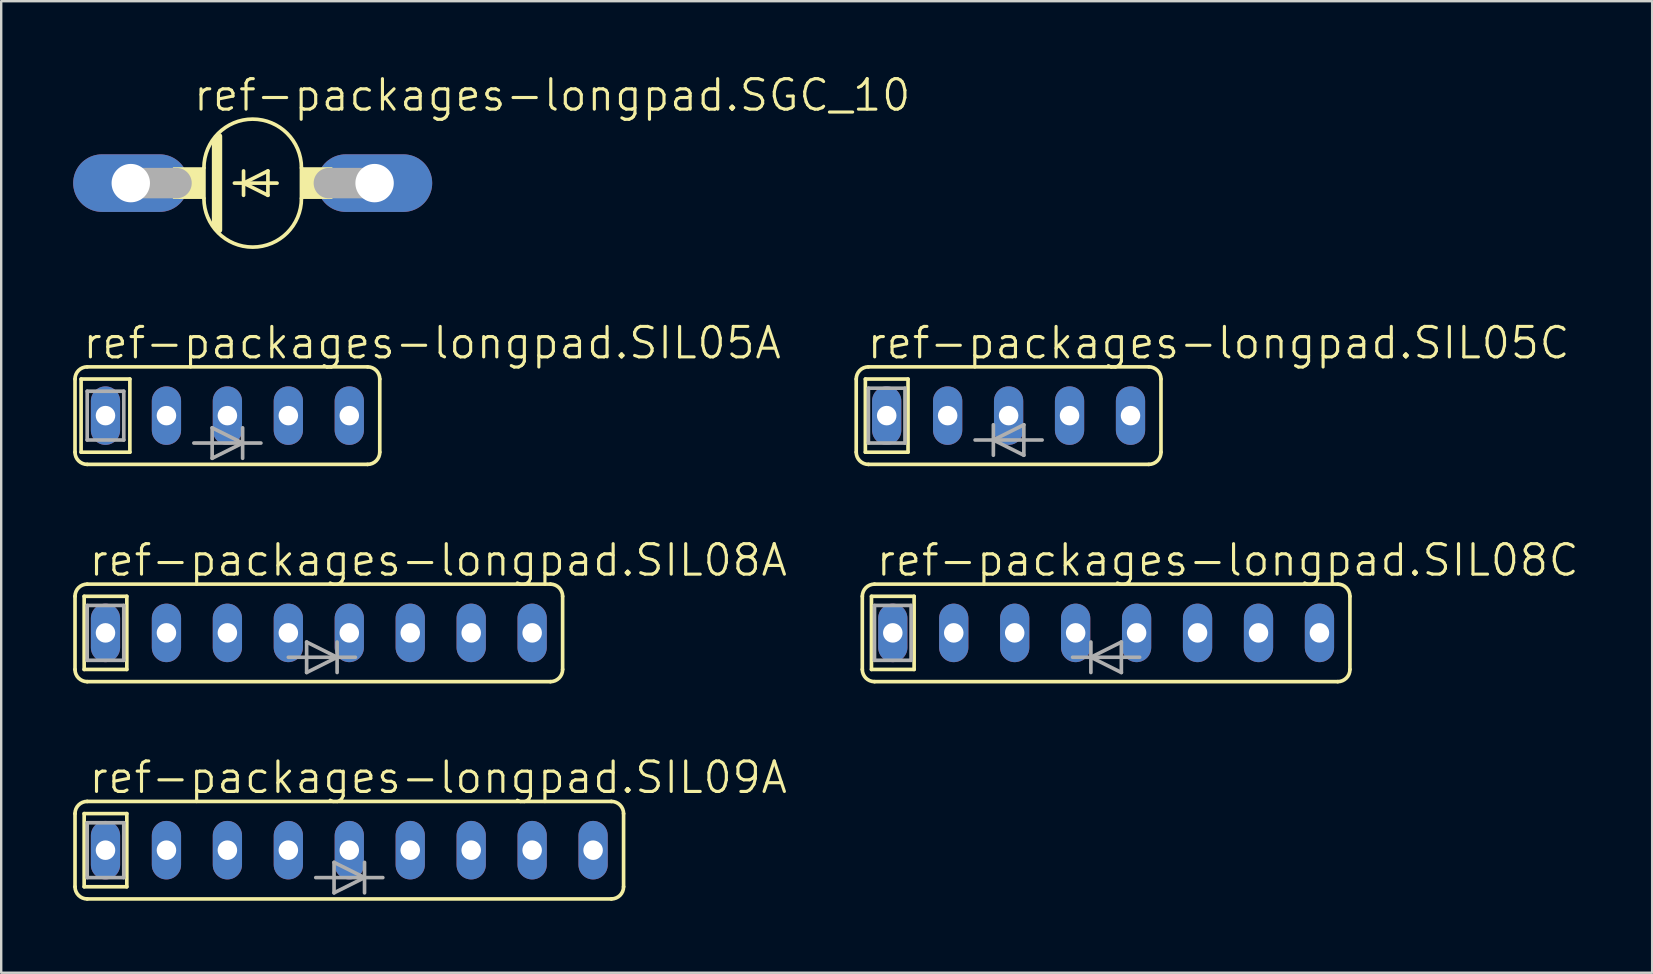
<source format=kicad_pcb>
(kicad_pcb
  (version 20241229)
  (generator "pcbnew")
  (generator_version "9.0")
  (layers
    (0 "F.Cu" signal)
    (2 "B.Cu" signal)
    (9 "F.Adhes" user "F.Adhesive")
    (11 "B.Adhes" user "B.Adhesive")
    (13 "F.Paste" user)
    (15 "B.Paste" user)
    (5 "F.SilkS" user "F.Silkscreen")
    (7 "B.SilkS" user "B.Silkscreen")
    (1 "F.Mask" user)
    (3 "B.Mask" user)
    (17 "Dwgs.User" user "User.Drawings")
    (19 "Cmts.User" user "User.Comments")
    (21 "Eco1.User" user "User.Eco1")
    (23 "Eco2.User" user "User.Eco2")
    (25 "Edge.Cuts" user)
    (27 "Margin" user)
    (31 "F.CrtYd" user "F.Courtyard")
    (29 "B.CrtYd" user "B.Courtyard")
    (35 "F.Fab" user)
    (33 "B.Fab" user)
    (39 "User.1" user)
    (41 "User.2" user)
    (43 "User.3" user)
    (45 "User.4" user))
  (footprint "ref-packages-longpad.SIL09A"
    (layer "F.Cu")
    (at 11.506 32.379)
    (property "Reference" "ref-packages-longpad.SIL09A" (at -10.922 -2.286 0) (layer "F.SilkS") (effects (font (size 1.27 1.27) (thickness 0.13)) (justify left bottom)))
    (attr through_hole)
    (fp_line (start -11.43 1.524) (end -11.43 -1.524) (stroke (width 0.152) (type default)) (layer "F.SilkS"))
    (fp_line (start -11.049 -1.524) (end -9.271 -1.524) (stroke (width 0.152) (type default)) (layer "F.SilkS"))
    (fp_line (start -11.049 1.524) (end -11.049 -1.524) (stroke (width 0.152) (type default)) (layer "F.SilkS"))
    (fp_line (start -10.922 2.032) (end 10.922 2.032) (stroke (width 0.152) (type default)) (layer "F.SilkS"))
    (fp_line (start -9.271 -1.524) (end -9.271 1.524) (stroke (width 0.152) (type default)) (layer "F.SilkS"))
    (fp_line (start -9.271 1.524) (end -11.049 1.524) (stroke (width 0.152) (type default)) (layer "F.SilkS"))
    (fp_line (start 10.922 -2.032) (end -10.922 -2.032) (stroke (width 0.152) (type default)) (layer "F.SilkS"))
    (fp_line (start 11.43 -1.524) (end 11.43 1.524) (stroke (width 0.152) (type default)) (layer "F.SilkS"))
    (fp_arc (start -11.43 -1.524) (mid -11.28121 -1.88321) (end -10.922 -2.032) (stroke (width 0.1524) (type default)) (layer "F.SilkS"))
    (fp_arc (start -10.922 2.032) (mid -11.28121 1.88321) (end -11.43 1.524) (stroke (width 0.1524) (type default)) (layer "F.SilkS"))
    (fp_arc (start 10.922 -2.032) (mid 11.28121 -1.88321) (end 11.43 -1.524) (stroke (width 0.1524) (type default)) (layer "F.SilkS"))
    (fp_arc (start 11.43 1.524) (mid 11.28121 1.88321) (end 10.922 2.032) (stroke (width 0.1524) (type default)) (layer "F.SilkS"))
    (fp_line (start -10.922 -1.143) (end -9.398 -1.143) (stroke (width 0.152) (type default)) (layer "F.Fab"))
    (fp_line (start -10.922 1.143) (end -10.922 -1.143) (stroke (width 0.152) (type default)) (layer "F.Fab"))
    (fp_line (start -9.398 -1.143) (end -9.398 1.143) (stroke (width 0.152) (type default)) (layer "F.Fab"))
    (fp_line (start -9.398 1.143) (end -10.922 1.143) (stroke (width 0.152) (type default)) (layer "F.Fab"))
    (fp_line (start -1.397 1.143) (end -0.635 1.143) (stroke (width 0.152) (type default)) (layer "F.Fab"))
    (fp_line (start -0.635 0.508) (end 0.635 1.143) (stroke (width 0.152) (type default)) (layer "F.Fab"))
    (fp_line (start -0.635 1.143) (end -0.635 0.508) (stroke (width 0.152) (type default)) (layer "F.Fab"))
    (fp_line (start -0.635 1.143) (end 0.635 1.143) (stroke (width 0.152) (type default)) (layer "F.Fab"))
    (fp_line (start -0.635 1.778) (end -0.635 1.143) (stroke (width 0.152) (type default)) (layer "F.Fab"))
    (fp_line (start 0.635 0.508) (end 0.635 1.143) (stroke (width 0.152) (type default)) (layer "F.Fab"))
    (fp_line (start 0.635 1.143) (end -0.635 1.778) (stroke (width 0.152) (type default)) (layer "F.Fab"))
    (fp_line (start 0.635 1.143) (end 0.635 1.778) (stroke (width 0.152) (type default)) (layer "F.Fab"))
    (fp_line (start 1.397 1.143) (end 0.635 1.143) (stroke (width 0.152) (type default)) (layer "F.Fab"))
    (pad "1" thru_hole oval (at -10.16 0 90) (size 2.438 1.219) (drill 0.813) (layers "*.Cu" "*.Mask"))
    (pad "2" thru_hole oval (at -7.62 0 90) (size 2.438 1.219) (drill 0.813) (layers "*.Cu" "*.Mask"))
    (pad "3" thru_hole oval (at -5.08 0 90) (size 2.438 1.219) (drill 0.813) (layers "*.Cu" "*.Mask"))
    (pad "4" thru_hole oval (at -2.54 0 90) (size 2.438 1.219) (drill 0.813) (layers "*.Cu" "*.Mask"))
    (pad "5" thru_hole oval (at 0 0 90) (size 2.438 1.219) (drill 0.813) (layers "*.Cu" "*.Mask"))
    (pad "6" thru_hole oval (at 2.54 0 90) (size 2.438 1.219) (drill 0.813) (layers "*.Cu" "*.Mask"))
    (pad "7" thru_hole oval (at 5.08 0 90) (size 2.438 1.219) (drill 0.813) (layers "*.Cu" "*.Mask"))
    (pad "8" thru_hole oval (at 7.62 0 90) (size 2.438 1.219) (drill 0.813) (layers "*.Cu" "*.Mask"))
    (pad "9" thru_hole oval (at 10.16 0 90) (size 2.438 1.219) (drill 0.813) (layers "*.Cu" "*.Mask")))
  (footprint "ref-packages-longpad.SIL05A"
    (layer "F.Cu")
    (at 6.426 14.27)
    (property "Reference" "ref-packages-longpad.SIL05A" (at -6.096 -2.286 0) (layer "F.SilkS") (effects (font (size 1.27 1.27) (thickness 0.13)) (justify left bottom)))
    (attr through_hole)
    (fp_line (start -6.35 1.524) (end -6.35 -1.524) (stroke (width 0.152) (type default)) (layer "F.SilkS"))
    (fp_line (start -6.096 -1.524) (end -6.096 1.524) (stroke (width 0.152) (type default)) (layer "F.SilkS"))
    (fp_line (start -4.064 -1.524) (end -6.096 -1.524) (stroke (width 0.152) (type default)) (layer "F.SilkS"))
    (fp_line (start -4.064 -1.524) (end -4.064 1.524) (stroke (width 0.152) (type default)) (layer "F.SilkS"))
    (fp_line (start -4.064 1.524) (end -6.096 1.524) (stroke (width 0.152) (type default)) (layer "F.SilkS"))
    (fp_line (start 5.842 -2.032) (end -5.842 -2.032) (stroke (width 0.152) (type default)) (layer "F.SilkS"))
    (fp_line (start 5.842 2.032) (end -5.842 2.032) (stroke (width 0.152) (type default)) (layer "F.SilkS"))
    (fp_line (start 6.35 1.524) (end 6.35 -1.524) (stroke (width 0.152) (type default)) (layer "F.SilkS"))
    (fp_arc (start -6.35 -1.524) (mid -6.20121 -1.88321) (end -5.842 -2.032) (stroke (width 0.1524) (type default)) (layer "F.SilkS"))
    (fp_arc (start -5.842 2.032) (mid -6.20121 1.88321) (end -6.35 1.524) (stroke (width 0.1524) (type default)) (layer "F.SilkS"))
    (fp_arc (start 5.842 -2.032) (mid 6.20121 -1.88321) (end 6.35 -1.524) (stroke (width 0.1524) (type default)) (layer "F.SilkS"))
    (fp_arc (start 6.35 1.524) (mid 6.20121 1.88321) (end 5.842 2.032) (stroke (width 0.1524) (type default)) (layer "F.SilkS"))
    (fp_line (start -5.842 -1.016) (end -4.318 -1.016) (stroke (width 0.152) (type default)) (layer "F.Fab"))
    (fp_line (start -5.842 1.016) (end -5.842 -1.016) (stroke (width 0.152) (type default)) (layer "F.Fab"))
    (fp_line (start -4.318 -1.016) (end -4.318 1.016) (stroke (width 0.152) (type default)) (layer "F.Fab"))
    (fp_line (start -4.318 1.016) (end -5.842 1.016) (stroke (width 0.152) (type default)) (layer "F.Fab"))
    (fp_line (start -1.397 1.143) (end -0.635 1.143) (stroke (width 0.152) (type default)) (layer "F.Fab"))
    (fp_line (start -0.635 0.508) (end 0.635 1.143) (stroke (width 0.152) (type default)) (layer "F.Fab"))
    (fp_line (start -0.635 1.143) (end -0.635 0.508) (stroke (width 0.152) (type default)) (layer "F.Fab"))
    (fp_line (start -0.635 1.143) (end 0.635 1.143) (stroke (width 0.152) (type default)) (layer "F.Fab"))
    (fp_line (start -0.635 1.778) (end -0.635 1.143) (stroke (width 0.152) (type default)) (layer "F.Fab"))
    (fp_line (start 0.635 0.508) (end 0.635 1.143) (stroke (width 0.152) (type default)) (layer "F.Fab"))
    (fp_line (start 0.635 1.143) (end -0.635 1.778) (stroke (width 0.152) (type default)) (layer "F.Fab"))
    (fp_line (start 0.635 1.143) (end 0.635 1.778) (stroke (width 0.152) (type default)) (layer "F.Fab"))
    (fp_line (start 1.397 1.143) (end 0.635 1.143) (stroke (width 0.152) (type default)) (layer "F.Fab"))
    (pad "1" thru_hole oval (at -5.08 0 90) (size 2.438 1.219) (drill 0.813) (layers "*.Cu" "*.Mask"))
    (pad "2" thru_hole oval (at -2.54 0 90) (size 2.438 1.219) (drill 0.813) (layers "*.Cu" "*.Mask"))
    (pad "3" thru_hole oval (at 0 0 90) (size 2.438 1.219) (drill 0.813) (layers "*.Cu" "*.Mask"))
    (pad "4" thru_hole oval (at 2.54 0 90) (size 2.438 1.219) (drill 0.813) (layers "*.Cu" "*.Mask"))
    (pad "5" thru_hole oval (at 5.08 0 90) (size 2.438 1.219) (drill 0.813) (layers "*.Cu" "*.Mask")))
  (footprint "ref-packages-longpad.SGC_10"
    (layer "F.Cu")
    (at 7.48 4.581)
    (property "Reference" "ref-packages-longpad.SGC_10" (at -2.54 -2.921 0) (layer "F.SilkS") (effects (font (size 1.27 1.27) (thickness 0.13)) (justify left bottom)))
    (attr through_hole)
    (fp_line (start -2.032 -0.635) (end -2.032 0.635) (stroke (width 0.152) (type default)) (layer "F.SilkS"))
    (fp_line (start -1.575 -1.778) (end -1.575 1.778) (stroke (width 0.254) (type default)) (layer "F.SilkS"))
    (fp_line (start -1.397 -1.956) (end -1.397 1.956) (stroke (width 0.254) (type default)) (layer "F.SilkS"))
    (fp_line (start -0.762 0) (end -0.381 0) (stroke (width 0.152) (type default)) (layer "F.SilkS"))
    (fp_line (start -0.381 -0.508) (end -0.381 0) (stroke (width 0.152) (type default)) (layer "F.SilkS"))
    (fp_line (start -0.381 0) (end -0.381 0.508) (stroke (width 0.152) (type default)) (layer "F.SilkS"))
    (fp_line (start -0.381 0) (end 0.635 -0.508) (stroke (width 0.152) (type default)) (layer "F.SilkS"))
    (fp_line (start -0.381 0) (end 1.016 0) (stroke (width 0.152) (type default)) (layer "F.SilkS"))
    (fp_line (start 0.635 -0.508) (end 0.635 0.508) (stroke (width 0.152) (type default)) (layer "F.SilkS"))
    (fp_line (start 0.635 0.508) (end -0.381 0) (stroke (width 0.152) (type default)) (layer "F.SilkS"))
    (fp_line (start 2.032 -0.635) (end 2.032 0.635) (stroke (width 0.152) (type default)) (layer "F.SilkS"))
    (fp_rect (start -3.302 0.635) (end -2.032 -0.635) (stroke (width 0.05) (type default)) (fill yes) (layer "F.SilkS"))
    (fp_rect (start 2.032 0.635) (end 3.302 -0.635) (stroke (width 0.05) (type default)) (fill yes) (layer "F.SilkS"))
    (fp_arc (start -2.032 -0.635) (mid 0 -2.667) (end 2.032 -0.635) (stroke (width 0.1524) (type default)) (layer "F.SilkS"))
    (fp_arc (start 2.032 0.635) (mid 0 2.667) (end -2.032 0.635) (stroke (width 0.1524) (type default)) (layer "F.SilkS"))
    (fp_line (start -5.08 0) (end -3.175 0) (stroke (width 1.27) (type default)) (layer "F.Fab"))
    (fp_line (start 5.08 0) (end 3.175 0) (stroke (width 1.27) (type default)) (layer "F.Fab"))
    (pad "A" thru_hole oval (at 5.08 0) (size 4.801 2.4) (drill 1.6) (layers "*.Cu" "*.Mask"))
    (pad "C" thru_hole oval (at -5.08 0) (size 4.801 2.4) (drill 1.6) (layers "*.Cu" "*.Mask")))
  (footprint "ref-packages-longpad.SIL08A"
    (layer "F.Cu")
    (at 10.236 23.324)
    (property "Reference" "ref-packages-longpad.SIL08A" (at -9.652 -2.286 0) (layer "F.SilkS") (effects (font (size 1.27 1.27) (thickness 0.13)) (justify left bottom)))
    (attr through_hole)
    (fp_line (start -10.16 -1.524) (end -10.16 1.524) (stroke (width 0.152) (type default)) (layer "F.SilkS"))
    (fp_line (start -9.779 -1.524) (end -8.001 -1.524) (stroke (width 0.152) (type default)) (layer "F.SilkS"))
    (fp_line (start -9.779 1.524) (end -9.779 -1.524) (stroke (width 0.152) (type default)) (layer "F.SilkS"))
    (fp_line (start -9.652 2.032) (end 9.652 2.032) (stroke (width 0.152) (type default)) (layer "F.SilkS"))
    (fp_line (start -8.001 -1.524) (end -8.001 1.524) (stroke (width 0.152) (type default)) (layer "F.SilkS"))
    (fp_line (start -8.001 1.524) (end -9.779 1.524) (stroke (width 0.152) (type default)) (layer "F.SilkS"))
    (fp_line (start 9.652 -2.032) (end -9.652 -2.032) (stroke (width 0.152) (type default)) (layer "F.SilkS"))
    (fp_line (start 10.16 -1.524) (end 10.16 1.524) (stroke (width 0.152) (type default)) (layer "F.SilkS"))
    (fp_arc (start -10.16 -1.524) (mid -10.01121 -1.88321) (end -9.652 -2.032) (stroke (width 0.1524) (type default)) (layer "F.SilkS"))
    (fp_arc (start -9.652 2.032) (mid -10.01121 1.88321) (end -10.16 1.524) (stroke (width 0.1524) (type default)) (layer "F.SilkS"))
    (fp_arc (start 9.652 -2.032) (mid 10.01121 -1.88321) (end 10.16 -1.524) (stroke (width 0.1524) (type default)) (layer "F.SilkS"))
    (fp_arc (start 10.16 1.524) (mid 10.01121 1.88321) (end 9.652 2.032) (stroke (width 0.1524) (type default)) (layer "F.SilkS"))
    (fp_line (start -9.652 -1.143) (end -8.128 -1.143) (stroke (width 0.152) (type default)) (layer "F.Fab"))
    (fp_line (start -9.652 1.143) (end -9.652 -1.143) (stroke (width 0.152) (type default)) (layer "F.Fab"))
    (fp_line (start -8.128 -1.143) (end -8.128 1.143) (stroke (width 0.152) (type default)) (layer "F.Fab"))
    (fp_line (start -8.128 1.143) (end -9.652 1.143) (stroke (width 0.152) (type default)) (layer "F.Fab"))
    (fp_line (start -1.27 1.016) (end -0.508 1.016) (stroke (width 0.152) (type default)) (layer "F.Fab"))
    (fp_line (start -0.508 0.381) (end 0.762 1.016) (stroke (width 0.152) (type default)) (layer "F.Fab"))
    (fp_line (start -0.508 1.016) (end -0.508 0.381) (stroke (width 0.152) (type default)) (layer "F.Fab"))
    (fp_line (start -0.508 1.016) (end 0.762 1.016) (stroke (width 0.152) (type default)) (layer "F.Fab"))
    (fp_line (start -0.508 1.651) (end -0.508 1.016) (stroke (width 0.152) (type default)) (layer "F.Fab"))
    (fp_line (start 0.762 0.381) (end 0.762 1.016) (stroke (width 0.152) (type default)) (layer "F.Fab"))
    (fp_line (start 0.762 1.016) (end -0.508 1.651) (stroke (width 0.152) (type default)) (layer "F.Fab"))
    (fp_line (start 0.762 1.016) (end 0.762 1.651) (stroke (width 0.152) (type default)) (layer "F.Fab"))
    (fp_line (start 1.524 1.016) (end 0.762 1.016) (stroke (width 0.152) (type default)) (layer "F.Fab"))
    (pad "1" thru_hole oval (at -8.89 0 90) (size 2.438 1.219) (drill 0.813) (layers "*.Cu" "*.Mask"))
    (pad "2" thru_hole oval (at -6.35 0 90) (size 2.438 1.219) (drill 0.813) (layers "*.Cu" "*.Mask"))
    (pad "3" thru_hole oval (at -3.81 0 90) (size 2.438 1.219) (drill 0.813) (layers "*.Cu" "*.Mask"))
    (pad "4" thru_hole oval (at -1.27 0 90) (size 2.438 1.219) (drill 0.813) (layers "*.Cu" "*.Mask"))
    (pad "5" thru_hole oval (at 1.27 0 90) (size 2.438 1.219) (drill 0.813) (layers "*.Cu" "*.Mask"))
    (pad "6" thru_hole oval (at 3.81 0 90) (size 2.438 1.219) (drill 0.813) (layers "*.Cu" "*.Mask"))
    (pad "7" thru_hole oval (at 6.35 0 90) (size 2.438 1.219) (drill 0.813) (layers "*.Cu" "*.Mask"))
    (pad "8" thru_hole oval (at 8.89 0 90) (size 2.438 1.219) (drill 0.813) (layers "*.Cu" "*.Mask")))
  (footprint "ref-packages-longpad.SIL08C"
    (layer "F.Cu")
    (at 43.045 23.324)
    (property "Reference" "ref-packages-longpad.SIL08C" (at -9.652 -2.286 0) (layer "F.SilkS") (effects (font (size 1.27 1.27) (thickness 0.13)) (justify left bottom)))
    (attr through_hole)
    (fp_line (start -10.16 -1.524) (end -10.16 1.524) (stroke (width 0.152) (type default)) (layer "F.SilkS"))
    (fp_line (start -9.779 -1.524) (end -8.001 -1.524) (stroke (width 0.152) (type default)) (layer "F.SilkS"))
    (fp_line (start -9.779 1.524) (end -9.779 -1.524) (stroke (width 0.152) (type default)) (layer "F.SilkS"))
    (fp_line (start -9.652 2.032) (end 9.652 2.032) (stroke (width 0.152) (type default)) (layer "F.SilkS"))
    (fp_line (start -8.001 -1.524) (end -8.001 1.524) (stroke (width 0.152) (type default)) (layer "F.SilkS"))
    (fp_line (start -8.001 1.524) (end -9.779 1.524) (stroke (width 0.152) (type default)) (layer "F.SilkS"))
    (fp_line (start 9.652 -2.032) (end -9.652 -2.032) (stroke (width 0.152) (type default)) (layer "F.SilkS"))
    (fp_line (start 10.16 -1.524) (end 10.16 1.524) (stroke (width 0.152) (type default)) (layer "F.SilkS"))
    (fp_arc (start -10.16 -1.524) (mid -10.01121 -1.88321) (end -9.652 -2.032) (stroke (width 0.1524) (type default)) (layer "F.SilkS"))
    (fp_arc (start -9.652 2.032) (mid -10.01121 1.88321) (end -10.16 1.524) (stroke (width 0.1524) (type default)) (layer "F.SilkS"))
    (fp_arc (start 9.652 -2.032) (mid 10.01121 -1.88321) (end 10.16 -1.524) (stroke (width 0.1524) (type default)) (layer "F.SilkS"))
    (fp_arc (start 10.16 1.524) (mid 10.01121 1.88321) (end 9.652 2.032) (stroke (width 0.1524) (type default)) (layer "F.SilkS"))
    (fp_line (start -9.652 -1.143) (end -8.128 -1.143) (stroke (width 0.152) (type default)) (layer "F.Fab"))
    (fp_line (start -9.652 1.143) (end -9.652 -1.143) (stroke (width 0.152) (type default)) (layer "F.Fab"))
    (fp_line (start -8.128 -1.143) (end -8.128 1.143) (stroke (width 0.152) (type default)) (layer "F.Fab"))
    (fp_line (start -8.128 1.143) (end -9.652 1.143) (stroke (width 0.152) (type default)) (layer "F.Fab"))
    (fp_line (start -1.397 1.016) (end -0.635 1.016) (stroke (width 0.152) (type default)) (layer "F.Fab"))
    (fp_line (start -0.635 1.016) (end -0.635 0.381) (stroke (width 0.152) (type default)) (layer "F.Fab"))
    (fp_line (start -0.635 1.016) (end 0.635 0.381) (stroke (width 0.152) (type default)) (layer "F.Fab"))
    (fp_line (start -0.635 1.651) (end -0.635 1.016) (stroke (width 0.152) (type default)) (layer "F.Fab"))
    (fp_line (start 0.635 0.381) (end 0.635 1.016) (stroke (width 0.152) (type default)) (layer "F.Fab"))
    (fp_line (start 0.635 1.016) (end -0.635 1.016) (stroke (width 0.152) (type default)) (layer "F.Fab"))
    (fp_line (start 0.635 1.016) (end 0.635 1.651) (stroke (width 0.152) (type default)) (layer "F.Fab"))
    (fp_line (start 0.635 1.651) (end -0.635 1.016) (stroke (width 0.152) (type default)) (layer "F.Fab"))
    (fp_line (start 1.397 1.016) (end 0.635 1.016) (stroke (width 0.152) (type default)) (layer "F.Fab"))
    (pad "1" thru_hole oval (at -8.89 0 90) (size 2.438 1.219) (drill 0.813) (layers "*.Cu" "*.Mask"))
    (pad "2" thru_hole oval (at -6.35 0 90) (size 2.438 1.219) (drill 0.813) (layers "*.Cu" "*.Mask"))
    (pad "3" thru_hole oval (at -3.81 0 90) (size 2.438 1.219) (drill 0.813) (layers "*.Cu" "*.Mask"))
    (pad "4" thru_hole oval (at -1.27 0 90) (size 2.438 1.219) (drill 0.813) (layers "*.Cu" "*.Mask"))
    (pad "5" thru_hole oval (at 1.27 0 90) (size 2.438 1.219) (drill 0.813) (layers "*.Cu" "*.Mask"))
    (pad "6" thru_hole oval (at 3.81 0 90) (size 2.438 1.219) (drill 0.813) (layers "*.Cu" "*.Mask"))
    (pad "7" thru_hole oval (at 6.35 0 90) (size 2.438 1.219) (drill 0.813) (layers "*.Cu" "*.Mask"))
    (pad "8" thru_hole oval (at 8.89 0 90) (size 2.438 1.219) (drill 0.813) (layers "*.Cu" "*.Mask")))
  (footprint "ref-packages-longpad.SIL05C"
    (layer "F.Cu")
    (at 38.981 14.27)
    (property "Reference" "ref-packages-longpad.SIL05C" (at -5.969 -2.286 0) (layer "F.SilkS") (effects (font (size 1.27 1.27) (thickness 0.13)) (justify left bottom)))
    (attr through_hole)
    (fp_line (start -6.35 1.524) (end -6.35 -1.524) (stroke (width 0.152) (type default)) (layer "F.SilkS"))
    (fp_line (start -5.969 -1.524) (end -5.969 1.524) (stroke (width 0.152) (type default)) (layer "F.SilkS"))
    (fp_line (start -4.191 -1.524) (end -5.969 -1.524) (stroke (width 0.152) (type default)) (layer "F.SilkS"))
    (fp_line (start -4.191 -1.524) (end -4.191 1.524) (stroke (width 0.152) (type default)) (layer "F.SilkS"))
    (fp_line (start -4.191 1.524) (end -5.969 1.524) (stroke (width 0.152) (type default)) (layer "F.SilkS"))
    (fp_line (start 5.842 -2.032) (end -5.842 -2.032) (stroke (width 0.152) (type default)) (layer "F.SilkS"))
    (fp_line (start 5.842 2.032) (end -5.842 2.032) (stroke (width 0.152) (type default)) (layer "F.SilkS"))
    (fp_line (start 6.35 1.524) (end 6.35 -1.524) (stroke (width 0.152) (type default)) (layer "F.SilkS"))
    (fp_arc (start -6.35 -1.524) (mid -6.20121 -1.88321) (end -5.842 -2.032) (stroke (width 0.1524) (type default)) (layer "F.SilkS"))
    (fp_arc (start -5.842 2.032) (mid -6.20121 1.88321) (end -6.35 1.524) (stroke (width 0.1524) (type default)) (layer "F.SilkS"))
    (fp_arc (start 5.842 -2.032) (mid 6.20121 -1.88321) (end 6.35 -1.524) (stroke (width 0.1524) (type default)) (layer "F.SilkS"))
    (fp_arc (start 6.35 1.524) (mid 6.20121 1.88321) (end 5.842 2.032) (stroke (width 0.1524) (type default)) (layer "F.SilkS"))
    (fp_line (start -5.842 -1.143) (end -4.318 -1.143) (stroke (width 0.152) (type default)) (layer "F.Fab"))
    (fp_line (start -5.842 1.143) (end -5.842 -1.143) (stroke (width 0.152) (type default)) (layer "F.Fab"))
    (fp_line (start -4.318 -1.143) (end -4.318 1.143) (stroke (width 0.152) (type default)) (layer "F.Fab"))
    (fp_line (start -4.318 1.143) (end -5.842 1.143) (stroke (width 0.152) (type default)) (layer "F.Fab"))
    (fp_line (start -1.397 1.016) (end -0.635 1.016) (stroke (width 0.152) (type default)) (layer "F.Fab"))
    (fp_line (start -0.635 1.016) (end -0.635 0.381) (stroke (width 0.152) (type default)) (layer "F.Fab"))
    (fp_line (start -0.635 1.016) (end 0.635 0.381) (stroke (width 0.152) (type default)) (layer "F.Fab"))
    (fp_line (start -0.635 1.651) (end -0.635 1.016) (stroke (width 0.152) (type default)) (layer "F.Fab"))
    (fp_line (start 0.635 0.381) (end 0.635 1.016) (stroke (width 0.152) (type default)) (layer "F.Fab"))
    (fp_line (start 0.635 1.016) (end -0.635 1.016) (stroke (width 0.152) (type default)) (layer "F.Fab"))
    (fp_line (start 0.635 1.016) (end 0.635 1.651) (stroke (width 0.152) (type default)) (layer "F.Fab"))
    (fp_line (start 0.635 1.651) (end -0.635 1.016) (stroke (width 0.152) (type default)) (layer "F.Fab"))
    (fp_line (start 1.397 1.016) (end 0.635 1.016) (stroke (width 0.152) (type default)) (layer "F.Fab"))
    (pad "1" thru_hole oval (at -5.08 0 90) (size 2.438 1.219) (drill 0.813) (layers "*.Cu" "*.Mask"))
    (pad "2" thru_hole oval (at -2.54 0 90) (size 2.438 1.219) (drill 0.813) (layers "*.Cu" "*.Mask"))
    (pad "3" thru_hole oval (at 0 0 90) (size 2.438 1.219) (drill 0.813) (layers "*.Cu" "*.Mask"))
    (pad "4" thru_hole oval (at 2.54 0 90) (size 2.438 1.219) (drill 0.813) (layers "*.Cu" "*.Mask"))
    (pad "5" thru_hole oval (at 5.08 0 90) (size 2.438 1.219) (drill 0.813) (layers "*.Cu" "*.Mask")))
  (gr_rect
    (start -3 -3)
    (end 65.8 37.487)
    (stroke (width 0.1) (type default))
    (fill no)
    (layer "Edge.Cuts")))
</source>
